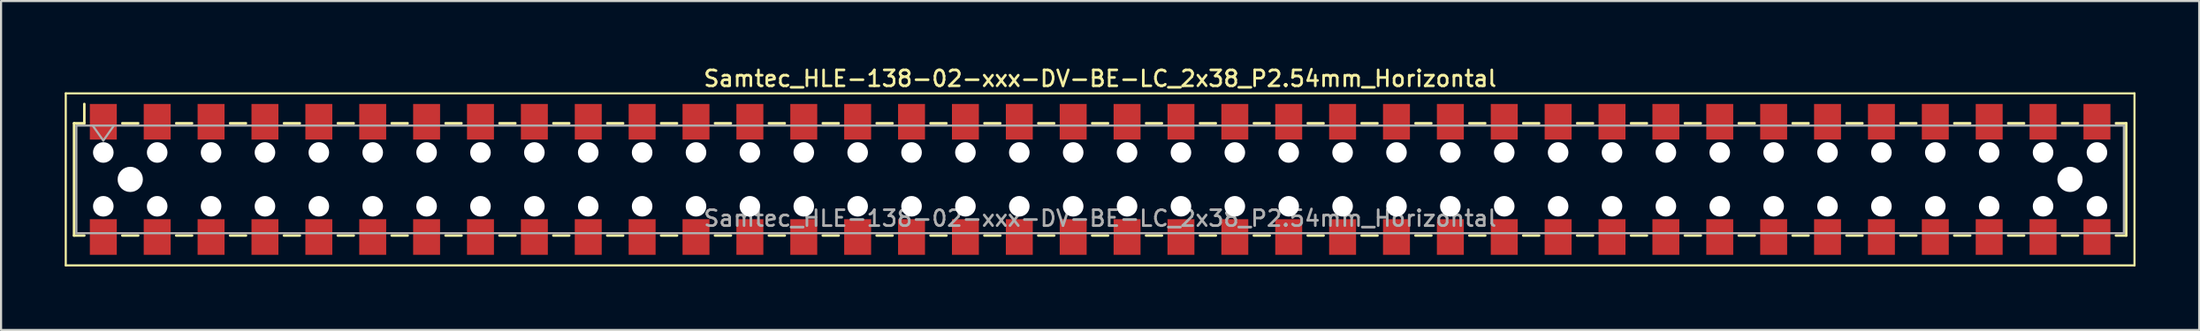
<source format=kicad_pcb>
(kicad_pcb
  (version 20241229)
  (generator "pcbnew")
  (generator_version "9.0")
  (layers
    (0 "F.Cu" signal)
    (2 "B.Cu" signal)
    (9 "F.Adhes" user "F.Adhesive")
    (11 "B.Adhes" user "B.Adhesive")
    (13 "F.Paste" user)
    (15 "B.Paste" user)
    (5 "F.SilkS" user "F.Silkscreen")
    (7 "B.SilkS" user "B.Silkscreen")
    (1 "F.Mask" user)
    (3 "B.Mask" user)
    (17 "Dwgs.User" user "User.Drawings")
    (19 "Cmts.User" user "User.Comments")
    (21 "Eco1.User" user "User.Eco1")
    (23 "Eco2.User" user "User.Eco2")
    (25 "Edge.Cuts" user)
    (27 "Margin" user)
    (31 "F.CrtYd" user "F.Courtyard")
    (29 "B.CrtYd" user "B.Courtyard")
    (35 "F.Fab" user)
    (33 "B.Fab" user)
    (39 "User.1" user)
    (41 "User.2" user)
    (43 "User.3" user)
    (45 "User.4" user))
  (footprint "Samtec_HLE-138-02-xxx-DV-BE-LC_2x38_P2.54mm_Horizontal"
    (layer "F.Cu")
    (at 48.81 5.418)
    (property "Reference" "Samtec_HLE-138-02-xxx-DV-BE-LC_2x38_P2.54mm_Horizontal" (at 0 -4.76 0) (layer "F.SilkS") (effects (font (size 0.75 0.75) (thickness 0.125))))
    (attr smd)
    (fp_line (start -48.76 -4.06) (end 48.76 -4.06) (stroke (width 0.1) (type solid)) (layer "F.SilkS"))
    (fp_line (start -48.76 4.06) (end -48.76 -4.06) (stroke (width 0.1) (type solid)) (layer "F.SilkS"))
    (fp_line (start -48.37 -2.65) (end -48.37 2.65) (stroke (width 0.12) (type solid)) (layer "F.SilkS"))
    (fp_line (start -48.37 2.65) (end -47.885 2.65) (stroke (width 0.12) (type solid)) (layer "F.SilkS"))
    (fp_line (start -47.885 -3.56) (end -47.885 -2.65) (stroke (width 0.12) (type solid)) (layer "F.SilkS"))
    (fp_line (start -47.885 -2.65) (end -48.37 -2.65) (stroke (width 0.12) (type solid)) (layer "F.SilkS"))
    (fp_line (start -46.095 -2.65) (end -45.345 -2.65) (stroke (width 0.12) (type solid)) (layer "F.SilkS"))
    (fp_line (start -46.095 2.65) (end -45.345 2.65) (stroke (width 0.12) (type solid)) (layer "F.SilkS"))
    (fp_line (start -43.555 -2.65) (end -42.805 -2.65) (stroke (width 0.12) (type solid)) (layer "F.SilkS"))
    (fp_line (start -43.555 2.65) (end -42.805 2.65) (stroke (width 0.12) (type solid)) (layer "F.SilkS"))
    (fp_line (start -41.015 -2.65) (end -40.265 -2.65) (stroke (width 0.12) (type solid)) (layer "F.SilkS"))
    (fp_line (start -41.015 2.65) (end -40.265 2.65) (stroke (width 0.12) (type solid)) (layer "F.SilkS"))
    (fp_line (start -38.475 -2.65) (end -37.725 -2.65) (stroke (width 0.12) (type solid)) (layer "F.SilkS"))
    (fp_line (start -38.475 2.65) (end -37.725 2.65) (stroke (width 0.12) (type solid)) (layer "F.SilkS"))
    (fp_line (start -35.935 -2.65) (end -35.185 -2.65) (stroke (width 0.12) (type solid)) (layer "F.SilkS"))
    (fp_line (start -35.935 2.65) (end -35.185 2.65) (stroke (width 0.12) (type solid)) (layer "F.SilkS"))
    (fp_line (start -33.395 -2.65) (end -32.645 -2.65) (stroke (width 0.12) (type solid)) (layer "F.SilkS"))
    (fp_line (start -33.395 2.65) (end -32.645 2.65) (stroke (width 0.12) (type solid)) (layer "F.SilkS"))
    (fp_line (start -30.855 -2.65) (end -30.105 -2.65) (stroke (width 0.12) (type solid)) (layer "F.SilkS"))
    (fp_line (start -30.855 2.65) (end -30.105 2.65) (stroke (width 0.12) (type solid)) (layer "F.SilkS"))
    (fp_line (start -28.315 -2.65) (end -27.565 -2.65) (stroke (width 0.12) (type solid)) (layer "F.SilkS"))
    (fp_line (start -28.315 2.65) (end -27.565 2.65) (stroke (width 0.12) (type solid)) (layer "F.SilkS"))
    (fp_line (start -25.775 -2.65) (end -25.025 -2.65) (stroke (width 0.12) (type solid)) (layer "F.SilkS"))
    (fp_line (start -25.775 2.65) (end -25.025 2.65) (stroke (width 0.12) (type solid)) (layer "F.SilkS"))
    (fp_line (start -23.235 -2.65) (end -22.485 -2.65) (stroke (width 0.12) (type solid)) (layer "F.SilkS"))
    (fp_line (start -23.235 2.65) (end -22.485 2.65) (stroke (width 0.12) (type solid)) (layer "F.SilkS"))
    (fp_line (start -20.695 -2.65) (end -19.945 -2.65) (stroke (width 0.12) (type solid)) (layer "F.SilkS"))
    (fp_line (start -20.695 2.65) (end -19.945 2.65) (stroke (width 0.12) (type solid)) (layer "F.SilkS"))
    (fp_line (start -18.155 -2.65) (end -17.405 -2.65) (stroke (width 0.12) (type solid)) (layer "F.SilkS"))
    (fp_line (start -18.155 2.65) (end -17.405 2.65) (stroke (width 0.12) (type solid)) (layer "F.SilkS"))
    (fp_line (start -15.615 -2.65) (end -14.865 -2.65) (stroke (width 0.12) (type solid)) (layer "F.SilkS"))
    (fp_line (start -15.615 2.65) (end -14.865 2.65) (stroke (width 0.12) (type solid)) (layer "F.SilkS"))
    (fp_line (start -13.075 -2.65) (end -12.325 -2.65) (stroke (width 0.12) (type solid)) (layer "F.SilkS"))
    (fp_line (start -13.075 2.65) (end -12.325 2.65) (stroke (width 0.12) (type solid)) (layer "F.SilkS"))
    (fp_line (start -10.535 -2.65) (end -9.785 -2.65) (stroke (width 0.12) (type solid)) (layer "F.SilkS"))
    (fp_line (start -10.535 2.65) (end -9.785 2.65) (stroke (width 0.12) (type solid)) (layer "F.SilkS"))
    (fp_line (start -7.995 -2.65) (end -7.245 -2.65) (stroke (width 0.12) (type solid)) (layer "F.SilkS"))
    (fp_line (start -7.995 2.65) (end -7.245 2.65) (stroke (width 0.12) (type solid)) (layer "F.SilkS"))
    (fp_line (start -5.455 -2.65) (end -4.705 -2.65) (stroke (width 0.12) (type solid)) (layer "F.SilkS"))
    (fp_line (start -5.455 2.65) (end -4.705 2.65) (stroke (width 0.12) (type solid)) (layer "F.SilkS"))
    (fp_line (start -2.915 -2.65) (end -2.165 -2.65) (stroke (width 0.12) (type solid)) (layer "F.SilkS"))
    (fp_line (start -2.915 2.65) (end -2.165 2.65) (stroke (width 0.12) (type solid)) (layer "F.SilkS"))
    (fp_line (start -0.375 -2.65) (end 0.375 -2.65) (stroke (width 0.12) (type solid)) (layer "F.SilkS"))
    (fp_line (start -0.375 2.65) (end 0.375 2.65) (stroke (width 0.12) (type solid)) (layer "F.SilkS"))
    (fp_line (start 2.165 -2.65) (end 2.915 -2.65) (stroke (width 0.12) (type solid)) (layer "F.SilkS"))
    (fp_line (start 2.165 2.65) (end 2.915 2.65) (stroke (width 0.12) (type solid)) (layer "F.SilkS"))
    (fp_line (start 4.705 -2.65) (end 5.455 -2.65) (stroke (width 0.12) (type solid)) (layer "F.SilkS"))
    (fp_line (start 4.705 2.65) (end 5.455 2.65) (stroke (width 0.12) (type solid)) (layer "F.SilkS"))
    (fp_line (start 7.245 -2.65) (end 7.995 -2.65) (stroke (width 0.12) (type solid)) (layer "F.SilkS"))
    (fp_line (start 7.245 2.65) (end 7.995 2.65) (stroke (width 0.12) (type solid)) (layer "F.SilkS"))
    (fp_line (start 9.785 -2.65) (end 10.535 -2.65) (stroke (width 0.12) (type solid)) (layer "F.SilkS"))
    (fp_line (start 9.785 2.65) (end 10.535 2.65) (stroke (width 0.12) (type solid)) (layer "F.SilkS"))
    (fp_line (start 12.325 -2.65) (end 13.075 -2.65) (stroke (width 0.12) (type solid)) (layer "F.SilkS"))
    (fp_line (start 12.325 2.65) (end 13.075 2.65) (stroke (width 0.12) (type solid)) (layer "F.SilkS"))
    (fp_line (start 14.865 -2.65) (end 15.615 -2.65) (stroke (width 0.12) (type solid)) (layer "F.SilkS"))
    (fp_line (start 14.865 2.65) (end 15.615 2.65) (stroke (width 0.12) (type solid)) (layer "F.SilkS"))
    (fp_line (start 17.405 -2.65) (end 18.155 -2.65) (stroke (width 0.12) (type solid)) (layer "F.SilkS"))
    (fp_line (start 17.405 2.65) (end 18.155 2.65) (stroke (width 0.12) (type solid)) (layer "F.SilkS"))
    (fp_line (start 19.945 -2.65) (end 20.695 -2.65) (stroke (width 0.12) (type solid)) (layer "F.SilkS"))
    (fp_line (start 19.945 2.65) (end 20.695 2.65) (stroke (width 0.12) (type solid)) (layer "F.SilkS"))
    (fp_line (start 22.485 -2.65) (end 23.235 -2.65) (stroke (width 0.12) (type solid)) (layer "F.SilkS"))
    (fp_line (start 22.485 2.65) (end 23.235 2.65) (stroke (width 0.12) (type solid)) (layer "F.SilkS"))
    (fp_line (start 25.025 -2.65) (end 25.775 -2.65) (stroke (width 0.12) (type solid)) (layer "F.SilkS"))
    (fp_line (start 25.025 2.65) (end 25.775 2.65) (stroke (width 0.12) (type solid)) (layer "F.SilkS"))
    (fp_line (start 27.565 -2.65) (end 28.315 -2.65) (stroke (width 0.12) (type solid)) (layer "F.SilkS"))
    (fp_line (start 27.565 2.65) (end 28.315 2.65) (stroke (width 0.12) (type solid)) (layer "F.SilkS"))
    (fp_line (start 30.105 -2.65) (end 30.855 -2.65) (stroke (width 0.12) (type solid)) (layer "F.SilkS"))
    (fp_line (start 30.105 2.65) (end 30.855 2.65) (stroke (width 0.12) (type solid)) (layer "F.SilkS"))
    (fp_line (start 32.645 -2.65) (end 33.395 -2.65) (stroke (width 0.12) (type solid)) (layer "F.SilkS"))
    (fp_line (start 32.645 2.65) (end 33.395 2.65) (stroke (width 0.12) (type solid)) (layer "F.SilkS"))
    (fp_line (start 35.185 -2.65) (end 35.935 -2.65) (stroke (width 0.12) (type solid)) (layer "F.SilkS"))
    (fp_line (start 35.185 2.65) (end 35.935 2.65) (stroke (width 0.12) (type solid)) (layer "F.SilkS"))
    (fp_line (start 37.725 -2.65) (end 38.475 -2.65) (stroke (width 0.12) (type solid)) (layer "F.SilkS"))
    (fp_line (start 37.725 2.65) (end 38.475 2.65) (stroke (width 0.12) (type solid)) (layer "F.SilkS"))
    (fp_line (start 40.265 -2.65) (end 41.015 -2.65) (stroke (width 0.12) (type solid)) (layer "F.SilkS"))
    (fp_line (start 40.265 2.65) (end 41.015 2.65) (stroke (width 0.12) (type solid)) (layer "F.SilkS"))
    (fp_line (start 42.805 -2.65) (end 43.555 -2.65) (stroke (width 0.12) (type solid)) (layer "F.SilkS"))
    (fp_line (start 42.805 2.65) (end 43.555 2.65) (stroke (width 0.12) (type solid)) (layer "F.SilkS"))
    (fp_line (start 45.345 -2.65) (end 46.095 -2.65) (stroke (width 0.12) (type solid)) (layer "F.SilkS"))
    (fp_line (start 45.345 2.65) (end 46.095 2.65) (stroke (width 0.12) (type solid)) (layer "F.SilkS"))
    (fp_line (start 47.885 -2.65) (end 48.37 -2.65) (stroke (width 0.12) (type solid)) (layer "F.SilkS"))
    (fp_line (start 48.37 -2.65) (end 48.37 2.65) (stroke (width 0.12) (type solid)) (layer "F.SilkS"))
    (fp_line (start 48.37 2.65) (end 47.885 2.65) (stroke (width 0.12) (type solid)) (layer "F.SilkS"))
    (fp_line (start 48.76 -4.06) (end 48.76 4.06) (stroke (width 0.1) (type solid)) (layer "F.SilkS"))
    (fp_line (start 48.76 4.06) (end -48.76 4.06) (stroke (width 0.1) (type solid)) (layer "F.SilkS"))
    (fp_line (start -48.26 -2.54) (end 48.26 -2.54) (stroke (width 0.1) (type solid)) (layer "F.Fab"))
    (fp_line (start -48.26 2.54) (end -48.26 -2.54) (stroke (width 0.1) (type solid)) (layer "F.Fab"))
    (fp_line (start -47.49 -2.54) (end -46.99 -1.833) (stroke (width 0.1) (type solid)) (layer "F.Fab"))
    (fp_line (start -46.99 -1.833) (end -46.49 -2.54) (stroke (width 0.1) (type solid)) (layer "F.Fab"))
    (fp_line (start 48.26 -2.54) (end 48.26 2.54) (stroke (width 0.1) (type solid)) (layer "F.Fab"))
    (fp_line (start 48.26 2.54) (end -48.26 2.54) (stroke (width 0.1) (type solid)) (layer "F.Fab"))
    (fp_text user "${REFERENCE}" (at 0 1.84 0) (layer "F.Fab") (effects (font (size 0.75 0.75) (thickness 0.125))))
    (pad "" np_thru_hole circle (at -46.99 -1.27) (size 0.97 0.97) (drill 0.97) (layers "*.Cu" "*.Mask"))
    (pad "" np_thru_hole circle (at -46.99 1.27) (size 0.97 0.97) (drill 0.97) (layers "*.Cu" "*.Mask"))
    (pad "" np_thru_hole circle (at -45.72 0) (size 1.19 1.19) (drill 1.19) (layers "*.Cu" "*.Mask"))
    (pad "" np_thru_hole circle (at -44.45 -1.27) (size 0.97 0.97) (drill 0.97) (layers "*.Cu" "*.Mask"))
    (pad "" np_thru_hole circle (at -44.45 1.27) (size 0.97 0.97) (drill 0.97) (layers "*.Cu" "*.Mask"))
    (pad "" np_thru_hole circle (at -41.91 -1.27) (size 0.97 0.97) (drill 0.97) (layers "*.Cu" "*.Mask"))
    (pad "" np_thru_hole circle (at -41.91 1.27) (size 0.97 0.97) (drill 0.97) (layers "*.Cu" "*.Mask"))
    (pad "" np_thru_hole circle (at -39.37 -1.27) (size 0.97 0.97) (drill 0.97) (layers "*.Cu" "*.Mask"))
    (pad "" np_thru_hole circle (at -39.37 1.27) (size 0.97 0.97) (drill 0.97) (layers "*.Cu" "*.Mask"))
    (pad "" np_thru_hole circle (at -36.83 -1.27) (size 0.97 0.97) (drill 0.97) (layers "*.Cu" "*.Mask"))
    (pad "" np_thru_hole circle (at -36.83 1.27) (size 0.97 0.97) (drill 0.97) (layers "*.Cu" "*.Mask"))
    (pad "" np_thru_hole circle (at -34.29 -1.27) (size 0.97 0.97) (drill 0.97) (layers "*.Cu" "*.Mask"))
    (pad "" np_thru_hole circle (at -34.29 1.27) (size 0.97 0.97) (drill 0.97) (layers "*.Cu" "*.Mask"))
    (pad "" np_thru_hole circle (at -31.75 -1.27) (size 0.97 0.97) (drill 0.97) (layers "*.Cu" "*.Mask"))
    (pad "" np_thru_hole circle (at -31.75 1.27) (size 0.97 0.97) (drill 0.97) (layers "*.Cu" "*.Mask"))
    (pad "" np_thru_hole circle (at -29.21 -1.27) (size 0.97 0.97) (drill 0.97) (layers "*.Cu" "*.Mask"))
    (pad "" np_thru_hole circle (at -29.21 1.27) (size 0.97 0.97) (drill 0.97) (layers "*.Cu" "*.Mask"))
    (pad "" np_thru_hole circle (at -26.67 -1.27) (size 0.97 0.97) (drill 0.97) (layers "*.Cu" "*.Mask"))
    (pad "" np_thru_hole circle (at -26.67 1.27) (size 0.97 0.97) (drill 0.97) (layers "*.Cu" "*.Mask"))
    (pad "" np_thru_hole circle (at -24.13 -1.27) (size 0.97 0.97) (drill 0.97) (layers "*.Cu" "*.Mask"))
    (pad "" np_thru_hole circle (at -24.13 1.27) (size 0.97 0.97) (drill 0.97) (layers "*.Cu" "*.Mask"))
    (pad "" np_thru_hole circle (at -21.59 -1.27) (size 0.97 0.97) (drill 0.97) (layers "*.Cu" "*.Mask"))
    (pad "" np_thru_hole circle (at -21.59 1.27) (size 0.97 0.97) (drill 0.97) (layers "*.Cu" "*.Mask"))
    (pad "" np_thru_hole circle (at -19.05 -1.27) (size 0.97 0.97) (drill 0.97) (layers "*.Cu" "*.Mask"))
    (pad "" np_thru_hole circle (at -19.05 1.27) (size 0.97 0.97) (drill 0.97) (layers "*.Cu" "*.Mask"))
    (pad "" np_thru_hole circle (at -16.51 -1.27) (size 0.97 0.97) (drill 0.97) (layers "*.Cu" "*.Mask"))
    (pad "" np_thru_hole circle (at -16.51 1.27) (size 0.97 0.97) (drill 0.97) (layers "*.Cu" "*.Mask"))
    (pad "" np_thru_hole circle (at -13.97 -1.27) (size 0.97 0.97) (drill 0.97) (layers "*.Cu" "*.Mask"))
    (pad "" np_thru_hole circle (at -13.97 1.27) (size 0.97 0.97) (drill 0.97) (layers "*.Cu" "*.Mask"))
    (pad "" np_thru_hole circle (at -11.43 -1.27) (size 0.97 0.97) (drill 0.97) (layers "*.Cu" "*.Mask"))
    (pad "" np_thru_hole circle (at -11.43 1.27) (size 0.97 0.97) (drill 0.97) (layers "*.Cu" "*.Mask"))
    (pad "" np_thru_hole circle (at -8.89 -1.27) (size 0.97 0.97) (drill 0.97) (layers "*.Cu" "*.Mask"))
    (pad "" np_thru_hole circle (at -8.89 1.27) (size 0.97 0.97) (drill 0.97) (layers "*.Cu" "*.Mask"))
    (pad "" np_thru_hole circle (at -6.35 -1.27) (size 0.97 0.97) (drill 0.97) (layers "*.Cu" "*.Mask"))
    (pad "" np_thru_hole circle (at -6.35 1.27) (size 0.97 0.97) (drill 0.97) (layers "*.Cu" "*.Mask"))
    (pad "" np_thru_hole circle (at -3.81 -1.27) (size 0.97 0.97) (drill 0.97) (layers "*.Cu" "*.Mask"))
    (pad "" np_thru_hole circle (at -3.81 1.27) (size 0.97 0.97) (drill 0.97) (layers "*.Cu" "*.Mask"))
    (pad "" np_thru_hole circle (at -1.27 -1.27) (size 0.97 0.97) (drill 0.97) (layers "*.Cu" "*.Mask"))
    (pad "" np_thru_hole circle (at -1.27 1.27) (size 0.97 0.97) (drill 0.97) (layers "*.Cu" "*.Mask"))
    (pad "" np_thru_hole circle (at 1.27 -1.27) (size 0.97 0.97) (drill 0.97) (layers "*.Cu" "*.Mask"))
    (pad "" np_thru_hole circle (at 1.27 1.27) (size 0.97 0.97) (drill 0.97) (layers "*.Cu" "*.Mask"))
    (pad "" np_thru_hole circle (at 3.81 -1.27) (size 0.97 0.97) (drill 0.97) (layers "*.Cu" "*.Mask"))
    (pad "" np_thru_hole circle (at 3.81 1.27) (size 0.97 0.97) (drill 0.97) (layers "*.Cu" "*.Mask"))
    (pad "" np_thru_hole circle (at 6.35 -1.27) (size 0.97 0.97) (drill 0.97) (layers "*.Cu" "*.Mask"))
    (pad "" np_thru_hole circle (at 6.35 1.27) (size 0.97 0.97) (drill 0.97) (layers "*.Cu" "*.Mask"))
    (pad "" np_thru_hole circle (at 8.89 -1.27) (size 0.97 0.97) (drill 0.97) (layers "*.Cu" "*.Mask"))
    (pad "" np_thru_hole circle (at 8.89 1.27) (size 0.97 0.97) (drill 0.97) (layers "*.Cu" "*.Mask"))
    (pad "" np_thru_hole circle (at 11.43 -1.27) (size 0.97 0.97) (drill 0.97) (layers "*.Cu" "*.Mask"))
    (pad "" np_thru_hole circle (at 11.43 1.27) (size 0.97 0.97) (drill 0.97) (layers "*.Cu" "*.Mask"))
    (pad "" np_thru_hole circle (at 13.97 -1.27) (size 0.97 0.97) (drill 0.97) (layers "*.Cu" "*.Mask"))
    (pad "" np_thru_hole circle (at 13.97 1.27) (size 0.97 0.97) (drill 0.97) (layers "*.Cu" "*.Mask"))
    (pad "" np_thru_hole circle (at 16.51 -1.27) (size 0.97 0.97) (drill 0.97) (layers "*.Cu" "*.Mask"))
    (pad "" np_thru_hole circle (at 16.51 1.27) (size 0.97 0.97) (drill 0.97) (layers "*.Cu" "*.Mask"))
    (pad "" np_thru_hole circle (at 19.05 -1.27) (size 0.97 0.97) (drill 0.97) (layers "*.Cu" "*.Mask"))
    (pad "" np_thru_hole circle (at 19.05 1.27) (size 0.97 0.97) (drill 0.97) (layers "*.Cu" "*.Mask"))
    (pad "" np_thru_hole circle (at 21.59 -1.27) (size 0.97 0.97) (drill 0.97) (layers "*.Cu" "*.Mask"))
    (pad "" np_thru_hole circle (at 21.59 1.27) (size 0.97 0.97) (drill 0.97) (layers "*.Cu" "*.Mask"))
    (pad "" np_thru_hole circle (at 24.13 -1.27) (size 0.97 0.97) (drill 0.97) (layers "*.Cu" "*.Mask"))
    (pad "" np_thru_hole circle (at 24.13 1.27) (size 0.97 0.97) (drill 0.97) (layers "*.Cu" "*.Mask"))
    (pad "" np_thru_hole circle (at 26.67 -1.27) (size 0.97 0.97) (drill 0.97) (layers "*.Cu" "*.Mask"))
    (pad "" np_thru_hole circle (at 26.67 1.27) (size 0.97 0.97) (drill 0.97) (layers "*.Cu" "*.Mask"))
    (pad "" np_thru_hole circle (at 29.21 -1.27) (size 0.97 0.97) (drill 0.97) (layers "*.Cu" "*.Mask"))
    (pad "" np_thru_hole circle (at 29.21 1.27) (size 0.97 0.97) (drill 0.97) (layers "*.Cu" "*.Mask"))
    (pad "" np_thru_hole circle (at 31.75 -1.27) (size 0.97 0.97) (drill 0.97) (layers "*.Cu" "*.Mask"))
    (pad "" np_thru_hole circle (at 31.75 1.27) (size 0.97 0.97) (drill 0.97) (layers "*.Cu" "*.Mask"))
    (pad "" np_thru_hole circle (at 34.29 -1.27) (size 0.97 0.97) (drill 0.97) (layers "*.Cu" "*.Mask"))
    (pad "" np_thru_hole circle (at 34.29 1.27) (size 0.97 0.97) (drill 0.97) (layers "*.Cu" "*.Mask"))
    (pad "" np_thru_hole circle (at 36.83 -1.27) (size 0.97 0.97) (drill 0.97) (layers "*.Cu" "*.Mask"))
    (pad "" np_thru_hole circle (at 36.83 1.27) (size 0.97 0.97) (drill 0.97) (layers "*.Cu" "*.Mask"))
    (pad "" np_thru_hole circle (at 39.37 -1.27) (size 0.97 0.97) (drill 0.97) (layers "*.Cu" "*.Mask"))
    (pad "" np_thru_hole circle (at 39.37 1.27) (size 0.97 0.97) (drill 0.97) (layers "*.Cu" "*.Mask"))
    (pad "" np_thru_hole circle (at 41.91 -1.27) (size 0.97 0.97) (drill 0.97) (layers "*.Cu" "*.Mask"))
    (pad "" np_thru_hole circle (at 41.91 1.27) (size 0.97 0.97) (drill 0.97) (layers "*.Cu" "*.Mask"))
    (pad "" np_thru_hole circle (at 44.45 -1.27) (size 0.97 0.97) (drill 0.97) (layers "*.Cu" "*.Mask"))
    (pad "" np_thru_hole circle (at 44.45 1.27) (size 0.97 0.97) (drill 0.97) (layers "*.Cu" "*.Mask"))
    (pad "" np_thru_hole circle (at 45.72 0) (size 1.19 1.19) (drill 1.19) (layers "*.Cu" "*.Mask"))
    (pad "" np_thru_hole circle (at 46.99 -1.27) (size 0.97 0.97) (drill 0.97) (layers "*.Cu" "*.Mask"))
    (pad "" np_thru_hole circle (at 46.99 1.27) (size 0.97 0.97) (drill 0.97) (layers "*.Cu" "*.Mask"))
    (pad "1" smd rect (at -46.99 -2.72) (size 1.27 1.68) (layers "F.Cu" "F.Mask" "F.Paste"))
    (pad "2" smd rect (at -46.99 2.72) (size 1.27 1.68) (layers "F.Cu" "F.Mask" "F.Paste"))
    (pad "3" smd rect (at -44.45 -2.72) (size 1.27 1.68) (layers "F.Cu" "F.Mask" "F.Paste"))
    (pad "4" smd rect (at -44.45 2.72) (size 1.27 1.68) (layers "F.Cu" "F.Mask" "F.Paste"))
    (pad "5" smd rect (at -41.91 -2.72) (size 1.27 1.68) (layers "F.Cu" "F.Mask" "F.Paste"))
    (pad "6" smd rect (at -41.91 2.72) (size 1.27 1.68) (layers "F.Cu" "F.Mask" "F.Paste"))
    (pad "7" smd rect (at -39.37 -2.72) (size 1.27 1.68) (layers "F.Cu" "F.Mask" "F.Paste"))
    (pad "8" smd rect (at -39.37 2.72) (size 1.27 1.68) (layers "F.Cu" "F.Mask" "F.Paste"))
    (pad "9" smd rect (at -36.83 -2.72) (size 1.27 1.68) (layers "F.Cu" "F.Mask" "F.Paste"))
    (pad "10" smd rect (at -36.83 2.72) (size 1.27 1.68) (layers "F.Cu" "F.Mask" "F.Paste"))
    (pad "11" smd rect (at -34.29 -2.72) (size 1.27 1.68) (layers "F.Cu" "F.Mask" "F.Paste"))
    (pad "12" smd rect (at -34.29 2.72) (size 1.27 1.68) (layers "F.Cu" "F.Mask" "F.Paste"))
    (pad "13" smd rect (at -31.75 -2.72) (size 1.27 1.68) (layers "F.Cu" "F.Mask" "F.Paste"))
    (pad "14" smd rect (at -31.75 2.72) (size 1.27 1.68) (layers "F.Cu" "F.Mask" "F.Paste"))
    (pad "15" smd rect (at -29.21 -2.72) (size 1.27 1.68) (layers "F.Cu" "F.Mask" "F.Paste"))
    (pad "16" smd rect (at -29.21 2.72) (size 1.27 1.68) (layers "F.Cu" "F.Mask" "F.Paste"))
    (pad "17" smd rect (at -26.67 -2.72) (size 1.27 1.68) (layers "F.Cu" "F.Mask" "F.Paste"))
    (pad "18" smd rect (at -26.67 2.72) (size 1.27 1.68) (layers "F.Cu" "F.Mask" "F.Paste"))
    (pad "19" smd rect (at -24.13 -2.72) (size 1.27 1.68) (layers "F.Cu" "F.Mask" "F.Paste"))
    (pad "20" smd rect (at -24.13 2.72) (size 1.27 1.68) (layers "F.Cu" "F.Mask" "F.Paste"))
    (pad "21" smd rect (at -21.59 -2.72) (size 1.27 1.68) (layers "F.Cu" "F.Mask" "F.Paste"))
    (pad "22" smd rect (at -21.59 2.72) (size 1.27 1.68) (layers "F.Cu" "F.Mask" "F.Paste"))
    (pad "23" smd rect (at -19.05 -2.72) (size 1.27 1.68) (layers "F.Cu" "F.Mask" "F.Paste"))
    (pad "24" smd rect (at -19.05 2.72) (size 1.27 1.68) (layers "F.Cu" "F.Mask" "F.Paste"))
    (pad "25" smd rect (at -16.51 -2.72) (size 1.27 1.68) (layers "F.Cu" "F.Mask" "F.Paste"))
    (pad "26" smd rect (at -16.51 2.72) (size 1.27 1.68) (layers "F.Cu" "F.Mask" "F.Paste"))
    (pad "27" smd rect (at -13.97 -2.72) (size 1.27 1.68) (layers "F.Cu" "F.Mask" "F.Paste"))
    (pad "28" smd rect (at -13.97 2.72) (size 1.27 1.68) (layers "F.Cu" "F.Mask" "F.Paste"))
    (pad "29" smd rect (at -11.43 -2.72) (size 1.27 1.68) (layers "F.Cu" "F.Mask" "F.Paste"))
    (pad "30" smd rect (at -11.43 2.72) (size 1.27 1.68) (layers "F.Cu" "F.Mask" "F.Paste"))
    (pad "31" smd rect (at -8.89 -2.72) (size 1.27 1.68) (layers "F.Cu" "F.Mask" "F.Paste"))
    (pad "32" smd rect (at -8.89 2.72) (size 1.27 1.68) (layers "F.Cu" "F.Mask" "F.Paste"))
    (pad "33" smd rect (at -6.35 -2.72) (size 1.27 1.68) (layers "F.Cu" "F.Mask" "F.Paste"))
    (pad "34" smd rect (at -6.35 2.72) (size 1.27 1.68) (layers "F.Cu" "F.Mask" "F.Paste"))
    (pad "35" smd rect (at -3.81 -2.72) (size 1.27 1.68) (layers "F.Cu" "F.Mask" "F.Paste"))
    (pad "36" smd rect (at -3.81 2.72) (size 1.27 1.68) (layers "F.Cu" "F.Mask" "F.Paste"))
    (pad "37" smd rect (at -1.27 -2.72) (size 1.27 1.68) (layers "F.Cu" "F.Mask" "F.Paste"))
    (pad "38" smd rect (at -1.27 2.72) (size 1.27 1.68) (layers "F.Cu" "F.Mask" "F.Paste"))
    (pad "39" smd rect (at 1.27 -2.72) (size 1.27 1.68) (layers "F.Cu" "F.Mask" "F.Paste"))
    (pad "40" smd rect (at 1.27 2.72) (size 1.27 1.68) (layers "F.Cu" "F.Mask" "F.Paste"))
    (pad "41" smd rect (at 3.81 -2.72) (size 1.27 1.68) (layers "F.Cu" "F.Mask" "F.Paste"))
    (pad "42" smd rect (at 3.81 2.72) (size 1.27 1.68) (layers "F.Cu" "F.Mask" "F.Paste"))
    (pad "43" smd rect (at 6.35 -2.72) (size 1.27 1.68) (layers "F.Cu" "F.Mask" "F.Paste"))
    (pad "44" smd rect (at 6.35 2.72) (size 1.27 1.68) (layers "F.Cu" "F.Mask" "F.Paste"))
    (pad "45" smd rect (at 8.89 -2.72) (size 1.27 1.68) (layers "F.Cu" "F.Mask" "F.Paste"))
    (pad "46" smd rect (at 8.89 2.72) (size 1.27 1.68) (layers "F.Cu" "F.Mask" "F.Paste"))
    (pad "47" smd rect (at 11.43 -2.72) (size 1.27 1.68) (layers "F.Cu" "F.Mask" "F.Paste"))
    (pad "48" smd rect (at 11.43 2.72) (size 1.27 1.68) (layers "F.Cu" "F.Mask" "F.Paste"))
    (pad "49" smd rect (at 13.97 -2.72) (size 1.27 1.68) (layers "F.Cu" "F.Mask" "F.Paste"))
    (pad "50" smd rect (at 13.97 2.72) (size 1.27 1.68) (layers "F.Cu" "F.Mask" "F.Paste"))
    (pad "51" smd rect (at 16.51 -2.72) (size 1.27 1.68) (layers "F.Cu" "F.Mask" "F.Paste"))
    (pad "52" smd rect (at 16.51 2.72) (size 1.27 1.68) (layers "F.Cu" "F.Mask" "F.Paste"))
    (pad "53" smd rect (at 19.05 -2.72) (size 1.27 1.68) (layers "F.Cu" "F.Mask" "F.Paste"))
    (pad "54" smd rect (at 19.05 2.72) (size 1.27 1.68) (layers "F.Cu" "F.Mask" "F.Paste"))
    (pad "55" smd rect (at 21.59 -2.72) (size 1.27 1.68) (layers "F.Cu" "F.Mask" "F.Paste"))
    (pad "56" smd rect (at 21.59 2.72) (size 1.27 1.68) (layers "F.Cu" "F.Mask" "F.Paste"))
    (pad "57" smd rect (at 24.13 -2.72) (size 1.27 1.68) (layers "F.Cu" "F.Mask" "F.Paste"))
    (pad "58" smd rect (at 24.13 2.72) (size 1.27 1.68) (layers "F.Cu" "F.Mask" "F.Paste"))
    (pad "59" smd rect (at 26.67 -2.72) (size 1.27 1.68) (layers "F.Cu" "F.Mask" "F.Paste"))
    (pad "60" smd rect (at 26.67 2.72) (size 1.27 1.68) (layers "F.Cu" "F.Mask" "F.Paste"))
    (pad "61" smd rect (at 29.21 -2.72) (size 1.27 1.68) (layers "F.Cu" "F.Mask" "F.Paste"))
    (pad "62" smd rect (at 29.21 2.72) (size 1.27 1.68) (layers "F.Cu" "F.Mask" "F.Paste"))
    (pad "63" smd rect (at 31.75 -2.72) (size 1.27 1.68) (layers "F.Cu" "F.Mask" "F.Paste"))
    (pad "64" smd rect (at 31.75 2.72) (size 1.27 1.68) (layers "F.Cu" "F.Mask" "F.Paste"))
    (pad "65" smd rect (at 34.29 -2.72) (size 1.27 1.68) (layers "F.Cu" "F.Mask" "F.Paste"))
    (pad "66" smd rect (at 34.29 2.72) (size 1.27 1.68) (layers "F.Cu" "F.Mask" "F.Paste"))
    (pad "67" smd rect (at 36.83 -2.72) (size 1.27 1.68) (layers "F.Cu" "F.Mask" "F.Paste"))
    (pad "68" smd rect (at 36.83 2.72) (size 1.27 1.68) (layers "F.Cu" "F.Mask" "F.Paste"))
    (pad "69" smd rect (at 39.37 -2.72) (size 1.27 1.68) (layers "F.Cu" "F.Mask" "F.Paste"))
    (pad "70" smd rect (at 39.37 2.72) (size 1.27 1.68) (layers "F.Cu" "F.Mask" "F.Paste"))
    (pad "71" smd rect (at 41.91 -2.72) (size 1.27 1.68) (layers "F.Cu" "F.Mask" "F.Paste"))
    (pad "72" smd rect (at 41.91 2.72) (size 1.27 1.68) (layers "F.Cu" "F.Mask" "F.Paste"))
    (pad "73" smd rect (at 44.45 -2.72) (size 1.27 1.68) (layers "F.Cu" "F.Mask" "F.Paste"))
    (pad "74" smd rect (at 44.45 2.72) (size 1.27 1.68) (layers "F.Cu" "F.Mask" "F.Paste"))
    (pad "75" smd rect (at 46.99 -2.72) (size 1.27 1.68) (layers "F.Cu" "F.Mask" "F.Paste"))
    (pad "76" smd rect (at 46.99 2.72) (size 1.27 1.68) (layers "F.Cu" "F.Mask" "F.Paste")))
  (gr_rect
    (start -3 -3)
    (end 100.62 12.528)
    (stroke (width 0.1) (type default))
    (fill no)
    (layer "Edge.Cuts")))
</source>
